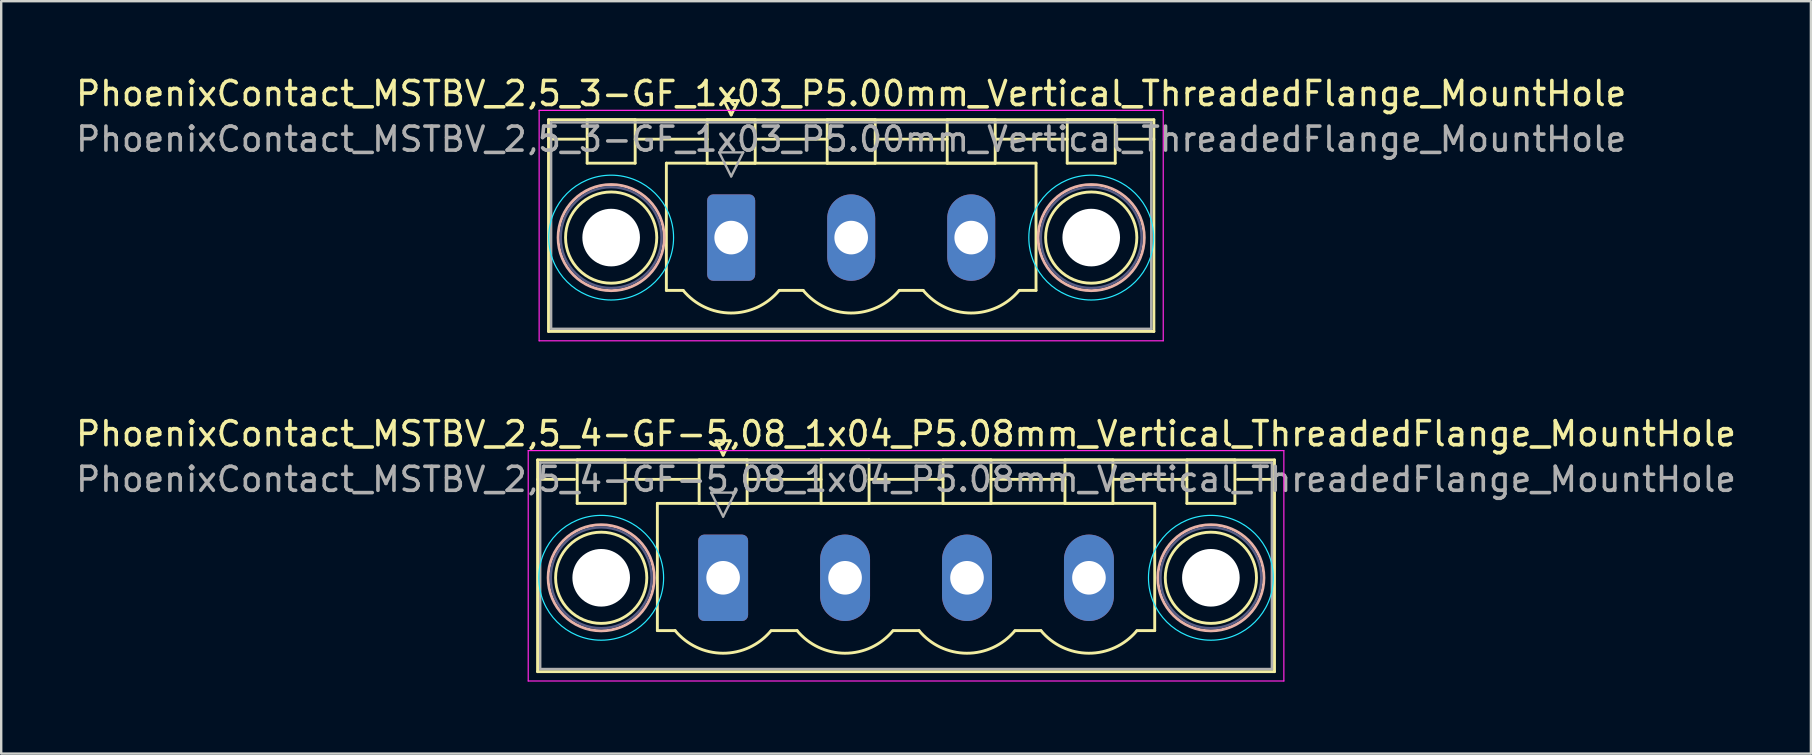
<source format=kicad_pcb>
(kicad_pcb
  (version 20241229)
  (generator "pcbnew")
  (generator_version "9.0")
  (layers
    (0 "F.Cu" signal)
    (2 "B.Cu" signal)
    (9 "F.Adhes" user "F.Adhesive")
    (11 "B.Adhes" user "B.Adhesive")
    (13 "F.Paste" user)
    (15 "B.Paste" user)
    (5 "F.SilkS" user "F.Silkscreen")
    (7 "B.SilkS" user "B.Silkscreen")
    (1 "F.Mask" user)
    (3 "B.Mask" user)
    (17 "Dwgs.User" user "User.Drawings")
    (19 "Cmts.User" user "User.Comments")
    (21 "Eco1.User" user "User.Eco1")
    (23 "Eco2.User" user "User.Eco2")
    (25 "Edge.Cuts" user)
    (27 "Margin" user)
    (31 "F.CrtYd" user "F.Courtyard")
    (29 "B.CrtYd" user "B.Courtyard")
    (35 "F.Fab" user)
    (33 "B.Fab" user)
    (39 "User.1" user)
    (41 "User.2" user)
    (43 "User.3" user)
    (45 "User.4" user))
  (footprint "PhoenixContact_MSTBV_2,5_4-GF-5,08_1x04_P5.08mm_Vertical_ThreadedFlange_MountHole"
    (layer "F.Cu")
    (at 27.076 21.021)
    (property "Reference" "PhoenixContact_MSTBV_2,5_4-GF-5,08_1x04_P5.08mm_Vertical_ThreadedFlange_MountHole" (at 7.62 -6 0) (layer "F.SilkS") (effects (font (size 1 1) (thickness 0.15))))
    (attr through_hole)
    (fp_line (start -7.73 -4.91) (end -7.73 3.91) (stroke (width 0.12) (type solid)) (layer "F.SilkS"))
    (fp_line (start -7.73 -4.1) (end -6.19 -4.1) (stroke (width 0.12) (type solid)) (layer "F.SilkS"))
    (fp_line (start -7.73 3.91) (end 22.97 3.91) (stroke (width 0.12) (type solid)) (layer "F.SilkS"))
    (fp_line (start -6.08 -4.91) (end -4.08 -4.91) (stroke (width 0.12) (type solid)) (layer "F.SilkS"))
    (fp_line (start -6.08 -3.1) (end -6.08 -4.91) (stroke (width 0.12) (type solid)) (layer "F.SilkS"))
    (fp_line (start -4.08 -4.91) (end -4.08 -3.1) (stroke (width 0.12) (type solid)) (layer "F.SilkS"))
    (fp_line (start -4.08 -4.1) (end -1 -4.1) (stroke (width 0.12) (type solid)) (layer "F.SilkS"))
    (fp_line (start -4.08 -3.1) (end -6.08 -3.1) (stroke (width 0.12) (type solid)) (layer "F.SilkS"))
    (fp_line (start -2.74 -3.1) (end 17.98 -3.1) (stroke (width 0.12) (type solid)) (layer "F.SilkS"))
    (fp_line (start -2.74 2.2) (end -2.74 -3.1) (stroke (width 0.12) (type solid)) (layer "F.SilkS"))
    (fp_line (start -2 2.2) (end -2.74 2.2) (stroke (width 0.12) (type solid)) (layer "F.SilkS"))
    (fp_line (start -1 -4.91) (end 1 -4.91) (stroke (width 0.12) (type solid)) (layer "F.SilkS"))
    (fp_line (start -1 -3.1) (end -1 -4.91) (stroke (width 0.12) (type solid)) (layer "F.SilkS"))
    (fp_line (start -0.3 -5.71) (end 0.3 -5.71) (stroke (width 0.12) (type solid)) (layer "F.SilkS"))
    (fp_line (start 0 -5.11) (end -0.3 -5.71) (stroke (width 0.12) (type solid)) (layer "F.SilkS"))
    (fp_line (start 0.3 -5.71) (end 0 -5.11) (stroke (width 0.12) (type solid)) (layer "F.SilkS"))
    (fp_line (start 1 -4.91) (end 1 -3.1) (stroke (width 0.12) (type solid)) (layer "F.SilkS"))
    (fp_line (start 1 -4.1) (end 4.08 -4.1) (stroke (width 0.12) (type solid)) (layer "F.SilkS"))
    (fp_line (start 1 -3.1) (end -1 -3.1) (stroke (width 0.12) (type solid)) (layer "F.SilkS"))
    (fp_line (start 2 2.2) (end 3.08 2.2) (stroke (width 0.12) (type solid)) (layer "F.SilkS"))
    (fp_line (start 4.08 -4.91) (end 6.08 -4.91) (stroke (width 0.12) (type solid)) (layer "F.SilkS"))
    (fp_line (start 4.08 -3.1) (end 4.08 -4.91) (stroke (width 0.12) (type solid)) (layer "F.SilkS"))
    (fp_line (start 6.08 -4.91) (end 6.08 -3.1) (stroke (width 0.12) (type solid)) (layer "F.SilkS"))
    (fp_line (start 6.08 -4.1) (end 9.16 -4.1) (stroke (width 0.12) (type solid)) (layer "F.SilkS"))
    (fp_line (start 6.08 -3.1) (end 4.08 -3.1) (stroke (width 0.12) (type solid)) (layer "F.SilkS"))
    (fp_line (start 7.08 2.2) (end 8.16 2.2) (stroke (width 0.12) (type solid)) (layer "F.SilkS"))
    (fp_line (start 9.16 -4.91) (end 11.16 -4.91) (stroke (width 0.12) (type solid)) (layer "F.SilkS"))
    (fp_line (start 9.16 -3.1) (end 9.16 -4.91) (stroke (width 0.12) (type solid)) (layer "F.SilkS"))
    (fp_line (start 11.16 -4.91) (end 11.16 -3.1) (stroke (width 0.12) (type solid)) (layer "F.SilkS"))
    (fp_line (start 11.16 -4.1) (end 14.24 -4.1) (stroke (width 0.12) (type solid)) (layer "F.SilkS"))
    (fp_line (start 11.16 -3.1) (end 9.16 -3.1) (stroke (width 0.12) (type solid)) (layer "F.SilkS"))
    (fp_line (start 12.16 2.2) (end 13.24 2.2) (stroke (width 0.12) (type solid)) (layer "F.SilkS"))
    (fp_line (start 14.24 -4.91) (end 16.24 -4.91) (stroke (width 0.12) (type solid)) (layer "F.SilkS"))
    (fp_line (start 14.24 -3.1) (end 14.24 -4.91) (stroke (width 0.12) (type solid)) (layer "F.SilkS"))
    (fp_line (start 16.24 -4.91) (end 16.24 -3.1) (stroke (width 0.12) (type solid)) (layer "F.SilkS"))
    (fp_line (start 16.24 -4.1) (end 19.32 -4.1) (stroke (width 0.12) (type solid)) (layer "F.SilkS"))
    (fp_line (start 16.24 -3.1) (end 14.24 -3.1) (stroke (width 0.12) (type solid)) (layer "F.SilkS"))
    (fp_line (start 17.98 -3.1) (end 17.98 2.2) (stroke (width 0.12) (type solid)) (layer "F.SilkS"))
    (fp_line (start 17.98 2.2) (end 17.24 2.2) (stroke (width 0.12) (type solid)) (layer "F.SilkS"))
    (fp_line (start 19.32 -4.91) (end 21.32 -4.91) (stroke (width 0.12) (type solid)) (layer "F.SilkS"))
    (fp_line (start 19.32 -3.1) (end 19.32 -4.91) (stroke (width 0.12) (type solid)) (layer "F.SilkS"))
    (fp_line (start 21.32 -4.91) (end 21.32 -3.1) (stroke (width 0.12) (type solid)) (layer "F.SilkS"))
    (fp_line (start 21.32 -3.1) (end 19.32 -3.1) (stroke (width 0.12) (type solid)) (layer "F.SilkS"))
    (fp_line (start 22.97 -4.91) (end -7.73 -4.91) (stroke (width 0.12) (type solid)) (layer "F.SilkS"))
    (fp_line (start 22.97 -4.1) (end 21.43 -4.1) (stroke (width 0.12) (type solid)) (layer "F.SilkS"))
    (fp_line (start 22.97 3.91) (end 22.97 -4.91) (stroke (width 0.12) (type solid)) (layer "F.SilkS"))
    (fp_arc (start 1.986842 2.215821) (mid -0.010289 3.142758) (end -2 2.2) (stroke (width 0.12) (type solid)) (layer "F.SilkS"))
    (fp_arc (start 7.066842 2.215821) (mid 5.069711 3.142758) (end 3.08 2.2) (stroke (width 0.12) (type solid)) (layer "F.SilkS"))
    (fp_arc (start 12.146842 2.215821) (mid 10.149711 3.142758) (end 8.16 2.2) (stroke (width 0.12) (type solid)) (layer "F.SilkS"))
    (fp_arc (start 17.226842 2.215821) (mid 15.229711 3.142758) (end 13.24 2.2) (stroke (width 0.12) (type solid)) (layer "F.SilkS"))
    (fp_circle (center -5.08 0) (end -3.18 0) (stroke (width 0.12) (type solid)) (fill no) (layer "F.SilkS"))
    (fp_circle (center 20.32 0) (end 22.22 0) (stroke (width 0.12) (type solid)) (fill no) (layer "F.SilkS"))
    (fp_circle (center -5.08 0) (end -2.87 0) (stroke (width 0.12) (type solid)) (fill no) (layer "B.SilkS"))
    (fp_circle (center 20.32 0) (end 22.53 0) (stroke (width 0.12) (type solid)) (fill no) (layer "B.SilkS"))
    (fp_circle (center -5.08 0) (end -2.48 0) (stroke (width 0.05) (type solid)) (fill no) (layer "B.CrtYd"))
    (fp_circle (center 20.32 0) (end 22.92 0) (stroke (width 0.05) (type solid)) (fill no) (layer "B.CrtYd"))
    (fp_line (start -8.12 -5.3) (end -8.12 4.3) (stroke (width 0.05) (type solid)) (layer "F.CrtYd"))
    (fp_line (start -8.12 4.3) (end 23.36 4.3) (stroke (width 0.05) (type solid)) (layer "F.CrtYd"))
    (fp_line (start 23.36 -5.3) (end -8.12 -5.3) (stroke (width 0.05) (type solid)) (layer "F.CrtYd"))
    (fp_line (start 23.36 4.3) (end 23.36 -5.3) (stroke (width 0.05) (type solid)) (layer "F.CrtYd"))
    (fp_circle (center -5.08 0) (end -2.98 0) (stroke (width 0.1) (type solid)) (fill no) (layer "B.Fab"))
    (fp_circle (center 20.32 0) (end 22.42 0) (stroke (width 0.1) (type solid)) (fill no) (layer "B.Fab"))
    (fp_line (start -7.62 -4.8) (end -7.62 3.8) (stroke (width 0.1) (type solid)) (layer "F.Fab"))
    (fp_line (start -7.62 3.8) (end 22.86 3.8) (stroke (width 0.1) (type solid)) (layer "F.Fab"))
    (fp_line (start -0.5 -3.55) (end 0.5 -3.55) (stroke (width 0.1) (type solid)) (layer "F.Fab"))
    (fp_line (start 0 -2.55) (end -0.5 -3.55) (stroke (width 0.1) (type solid)) (layer "F.Fab"))
    (fp_line (start 0.5 -3.55) (end 0 -2.55) (stroke (width 0.1) (type solid)) (layer "F.Fab"))
    (fp_line (start 22.86 -4.8) (end -7.62 -4.8) (stroke (width 0.1) (type solid)) (layer "F.Fab"))
    (fp_line (start 22.86 3.8) (end 22.86 -4.8) (stroke (width 0.1) (type solid)) (layer "F.Fab"))
    (fp_text user "${REFERENCE}" (at 7.62 -4.1 0) (layer "F.Fab") (effects (font (size 1 1) (thickness 0.15))))
    (pad "" np_thru_hole circle (at -5.08 0) (size 2.4 2.4) (drill 2.4) (layers "*.Cu" "*.Mask"))
    (pad "" np_thru_hole circle (at 20.32 0) (size 2.4 2.4) (drill 2.4) (layers "*.Cu" "*.Mask"))
    (pad "1" thru_hole roundrect (at 0 0) (size 2.08 3.6) (drill 1.4) (layers "*.Cu" "*.Mask") (roundrect_rratio 0.12))
    (pad "2" thru_hole oval (at 5.08 0) (size 2.08 3.6) (drill 1.4) (layers "*.Cu" "*.Mask"))
    (pad "3" thru_hole oval (at 10.16 0) (size 2.08 3.6) (drill 1.4) (layers "*.Cu" "*.Mask"))
    (pad "4" thru_hole oval (at 15.24 0) (size 2.08 3.6) (drill 1.4) (layers "*.Cu" "*.Mask")))
  (footprint "PhoenixContact_MSTBV_2,5_3-GF_1x03_P5.00mm_Vertical_ThreadedFlange_MountHole"
    (layer "F.Cu")
    (at 27.411 6.848)
    (property "Reference" "PhoenixContact_MSTBV_2,5_3-GF_1x03_P5.00mm_Vertical_ThreadedFlange_MountHole" (at 5 -6 0) (layer "F.SilkS") (effects (font (size 1 1) (thickness 0.15))))
    (attr through_hole)
    (fp_line (start -7.61 -4.91) (end -7.61 3.91) (stroke (width 0.12) (type solid)) (layer "F.SilkS"))
    (fp_line (start -7.61 -4.1) (end -6.11 -4.1) (stroke (width 0.12) (type solid)) (layer "F.SilkS"))
    (fp_line (start -7.61 3.91) (end 17.61 3.91) (stroke (width 0.12) (type solid)) (layer "F.SilkS"))
    (fp_line (start -6 -4.91) (end -4 -4.91) (stroke (width 0.12) (type solid)) (layer "F.SilkS"))
    (fp_line (start -6 -3.1) (end -6 -4.91) (stroke (width 0.12) (type solid)) (layer "F.SilkS"))
    (fp_line (start -4 -4.91) (end -4 -3.1) (stroke (width 0.12) (type solid)) (layer "F.SilkS"))
    (fp_line (start -4 -4.1) (end -1 -4.1) (stroke (width 0.12) (type solid)) (layer "F.SilkS"))
    (fp_line (start -4 -3.1) (end -6 -3.1) (stroke (width 0.12) (type solid)) (layer "F.SilkS"))
    (fp_line (start -2.7 -3.1) (end 12.7 -3.1) (stroke (width 0.12) (type solid)) (layer "F.SilkS"))
    (fp_line (start -2.7 2.2) (end -2.7 -3.1) (stroke (width 0.12) (type solid)) (layer "F.SilkS"))
    (fp_line (start -2 2.2) (end -2.7 2.2) (stroke (width 0.12) (type solid)) (layer "F.SilkS"))
    (fp_line (start -1 -4.91) (end 1 -4.91) (stroke (width 0.12) (type solid)) (layer "F.SilkS"))
    (fp_line (start -1 -3.1) (end -1 -4.91) (stroke (width 0.12) (type solid)) (layer "F.SilkS"))
    (fp_line (start -0.3 -5.71) (end 0.3 -5.71) (stroke (width 0.12) (type solid)) (layer "F.SilkS"))
    (fp_line (start 0 -5.11) (end -0.3 -5.71) (stroke (width 0.12) (type solid)) (layer "F.SilkS"))
    (fp_line (start 0.3 -5.71) (end 0 -5.11) (stroke (width 0.12) (type solid)) (layer "F.SilkS"))
    (fp_line (start 1 -4.91) (end 1 -3.1) (stroke (width 0.12) (type solid)) (layer "F.SilkS"))
    (fp_line (start 1 -4.1) (end 4 -4.1) (stroke (width 0.12) (type solid)) (layer "F.SilkS"))
    (fp_line (start 1 -3.1) (end -1 -3.1) (stroke (width 0.12) (type solid)) (layer "F.SilkS"))
    (fp_line (start 2 2.2) (end 3 2.2) (stroke (width 0.12) (type solid)) (layer "F.SilkS"))
    (fp_line (start 4 -4.91) (end 6 -4.91) (stroke (width 0.12) (type solid)) (layer "F.SilkS"))
    (fp_line (start 4 -3.1) (end 4 -4.91) (stroke (width 0.12) (type solid)) (layer "F.SilkS"))
    (fp_line (start 6 -4.91) (end 6 -3.1) (stroke (width 0.12) (type solid)) (layer "F.SilkS"))
    (fp_line (start 6 -4.1) (end 9 -4.1) (stroke (width 0.12) (type solid)) (layer "F.SilkS"))
    (fp_line (start 6 -3.1) (end 4 -3.1) (stroke (width 0.12) (type solid)) (layer "F.SilkS"))
    (fp_line (start 7 2.2) (end 8 2.2) (stroke (width 0.12) (type solid)) (layer "F.SilkS"))
    (fp_line (start 9 -4.91) (end 11 -4.91) (stroke (width 0.12) (type solid)) (layer "F.SilkS"))
    (fp_line (start 9 -3.1) (end 9 -4.91) (stroke (width 0.12) (type solid)) (layer "F.SilkS"))
    (fp_line (start 11 -4.91) (end 11 -3.1) (stroke (width 0.12) (type solid)) (layer "F.SilkS"))
    (fp_line (start 11 -4.1) (end 14 -4.1) (stroke (width 0.12) (type solid)) (layer "F.SilkS"))
    (fp_line (start 11 -3.1) (end 9 -3.1) (stroke (width 0.12) (type solid)) (layer "F.SilkS"))
    (fp_line (start 12.7 -3.1) (end 12.7 2.2) (stroke (width 0.12) (type solid)) (layer "F.SilkS"))
    (fp_line (start 12.7 2.2) (end 12 2.2) (stroke (width 0.12) (type solid)) (layer "F.SilkS"))
    (fp_line (start 14 -4.91) (end 16 -4.91) (stroke (width 0.12) (type solid)) (layer "F.SilkS"))
    (fp_line (start 14 -3.1) (end 14 -4.91) (stroke (width 0.12) (type solid)) (layer "F.SilkS"))
    (fp_line (start 16 -4.91) (end 16 -3.1) (stroke (width 0.12) (type solid)) (layer "F.SilkS"))
    (fp_line (start 16 -3.1) (end 14 -3.1) (stroke (width 0.12) (type solid)) (layer "F.SilkS"))
    (fp_line (start 17.61 -4.91) (end -7.61 -4.91) (stroke (width 0.12) (type solid)) (layer "F.SilkS"))
    (fp_line (start 17.61 -4.1) (end 16.11 -4.1) (stroke (width 0.12) (type solid)) (layer "F.SilkS"))
    (fp_line (start 17.61 3.91) (end 17.61 -4.91) (stroke (width 0.12) (type solid)) (layer "F.SilkS"))
    (fp_arc (start 1.986842 2.215821) (mid -0.010289 3.142758) (end -2 2.2) (stroke (width 0.12) (type solid)) (layer "F.SilkS"))
    (fp_arc (start 6.986842 2.215821) (mid 4.989711 3.142758) (end 3 2.2) (stroke (width 0.12) (type solid)) (layer "F.SilkS"))
    (fp_arc (start 11.986842 2.215821) (mid 9.989711 3.142758) (end 8 2.2) (stroke (width 0.12) (type solid)) (layer "F.SilkS"))
    (fp_circle (center -5 0) (end -3.1 0) (stroke (width 0.12) (type solid)) (fill no) (layer "F.SilkS"))
    (fp_circle (center 15 0) (end 16.9 0) (stroke (width 0.12) (type solid)) (fill no) (layer "F.SilkS"))
    (fp_circle (center -5 0) (end -2.79 0) (stroke (width 0.12) (type solid)) (fill no) (layer "B.SilkS"))
    (fp_circle (center 15 0) (end 17.21 0) (stroke (width 0.12) (type solid)) (fill no) (layer "B.SilkS"))
    (fp_circle (center -5 0) (end -2.4 0) (stroke (width 0.05) (type solid)) (fill no) (layer "B.CrtYd"))
    (fp_circle (center 15 0) (end 17.6 0) (stroke (width 0.05) (type solid)) (fill no) (layer "B.CrtYd"))
    (fp_line (start -8 -5.3) (end -8 4.3) (stroke (width 0.05) (type solid)) (layer "F.CrtYd"))
    (fp_line (start -8 4.3) (end 18 4.3) (stroke (width 0.05) (type solid)) (layer "F.CrtYd"))
    (fp_line (start 18 -5.3) (end -8 -5.3) (stroke (width 0.05) (type solid)) (layer "F.CrtYd"))
    (fp_line (start 18 4.3) (end 18 -5.3) (stroke (width 0.05) (type solid)) (layer "F.CrtYd"))
    (fp_circle (center -5 0) (end -2.9 0) (stroke (width 0.1) (type solid)) (fill no) (layer "B.Fab"))
    (fp_circle (center 15 0) (end 17.1 0) (stroke (width 0.1) (type solid)) (fill no) (layer "B.Fab"))
    (fp_line (start -7.5 -4.8) (end -7.5 3.8) (stroke (width 0.1) (type solid)) (layer "F.Fab"))
    (fp_line (start -7.5 3.8) (end 17.5 3.8) (stroke (width 0.1) (type solid)) (layer "F.Fab"))
    (fp_line (start -0.5 -3.55) (end 0.5 -3.55) (stroke (width 0.1) (type solid)) (layer "F.Fab"))
    (fp_line (start 0 -2.55) (end -0.5 -3.55) (stroke (width 0.1) (type solid)) (layer "F.Fab"))
    (fp_line (start 0.5 -3.55) (end 0 -2.55) (stroke (width 0.1) (type solid)) (layer "F.Fab"))
    (fp_line (start 17.5 -4.8) (end -7.5 -4.8) (stroke (width 0.1) (type solid)) (layer "F.Fab"))
    (fp_line (start 17.5 3.8) (end 17.5 -4.8) (stroke (width 0.1) (type solid)) (layer "F.Fab"))
    (fp_text user "${REFERENCE}" (at 5 -4.1 0) (layer "F.Fab") (effects (font (size 1 1) (thickness 0.15))))
    (pad "" np_thru_hole circle (at -5 0) (size 2.4 2.4) (drill 2.4) (layers "*.Cu" "*.Mask"))
    (pad "" np_thru_hole circle (at 15 0) (size 2.4 2.4) (drill 2.4) (layers "*.Cu" "*.Mask"))
    (pad "1" thru_hole roundrect (at 0 0) (size 2 3.6) (drill 1.4) (layers "*.Cu" "*.Mask") (roundrect_rratio 0.125))
    (pad "2" thru_hole oval (at 5 0) (size 2 3.6) (drill 1.4) (layers "*.Cu" "*.Mask"))
    (pad "3" thru_hole oval (at 10 0) (size 2 3.6) (drill 1.4) (layers "*.Cu" "*.Mask")))
  (gr_rect
    (start -3 -3)
    (end 72.393 28.346)
    (stroke (width 0.1) (type default))
    (fill no)
    (layer "Edge.Cuts")))
</source>
